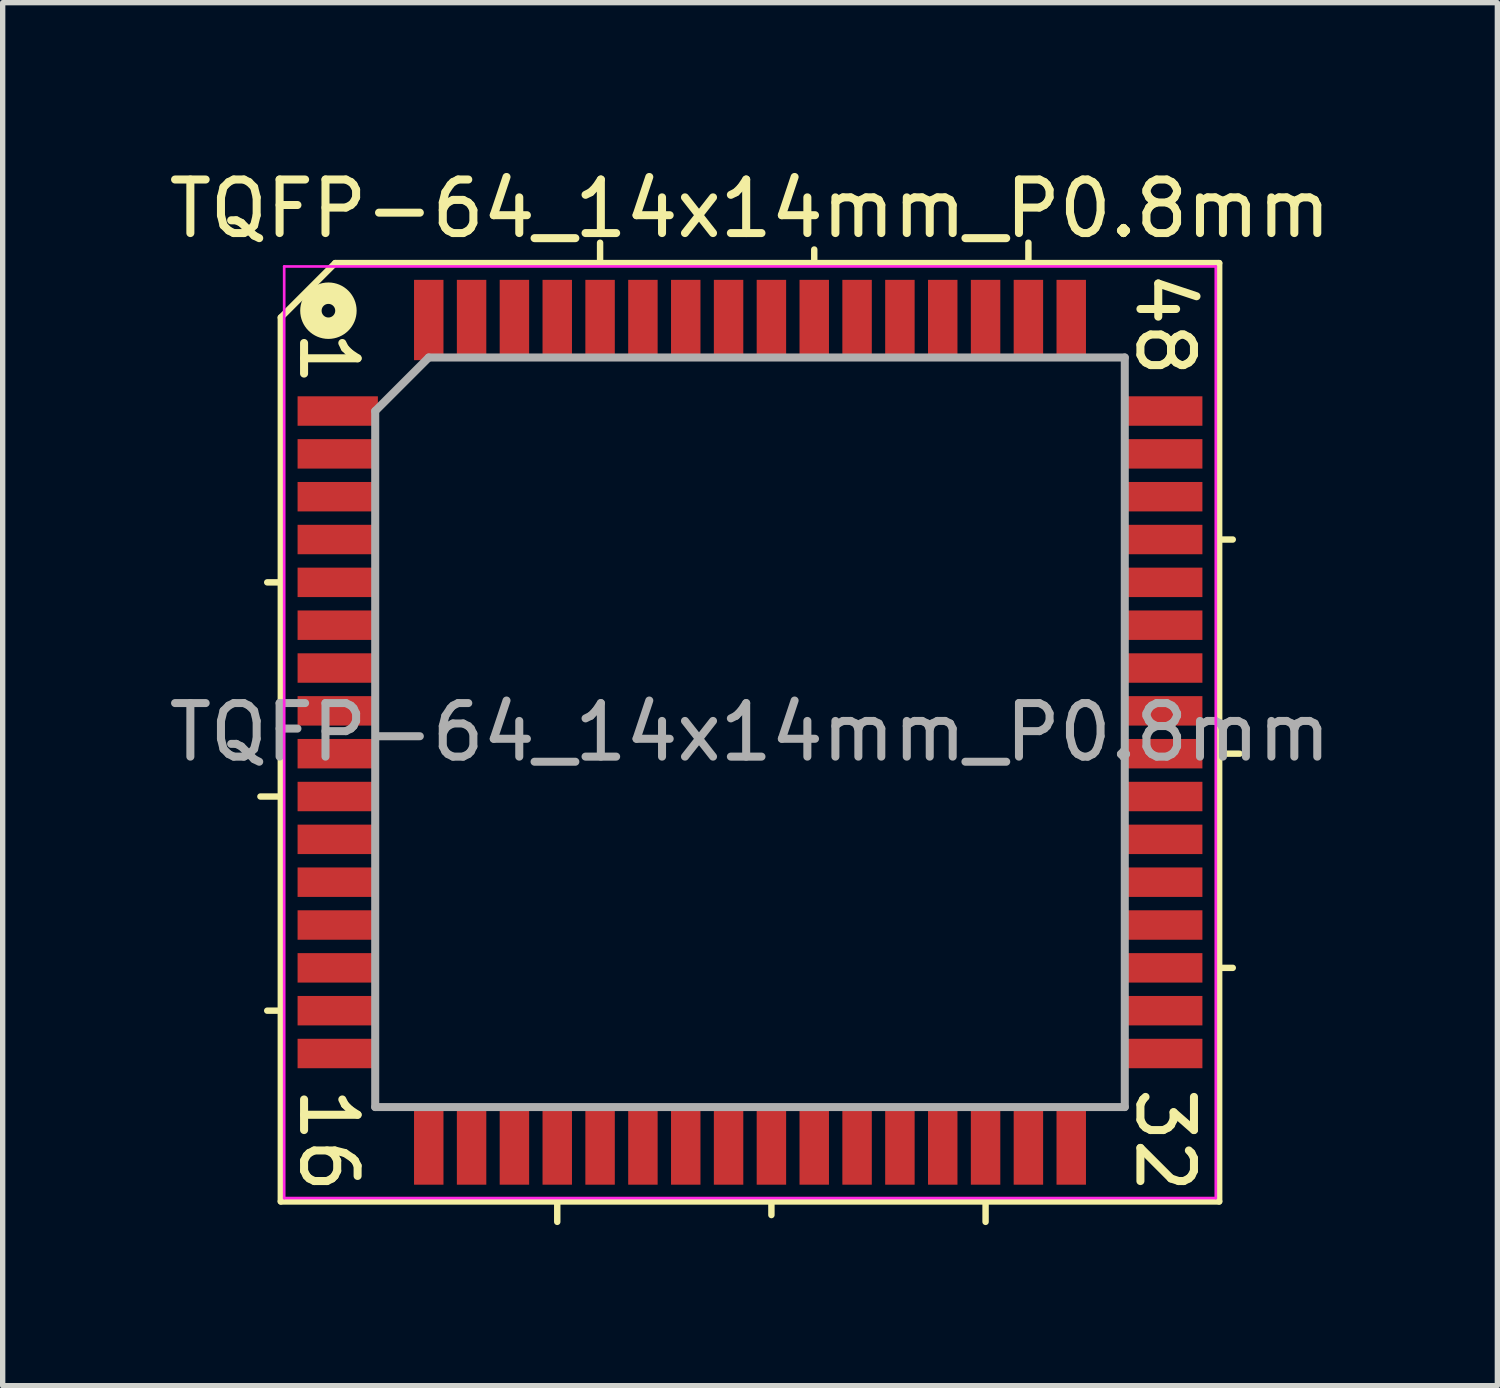
<source format=kicad_pcb>
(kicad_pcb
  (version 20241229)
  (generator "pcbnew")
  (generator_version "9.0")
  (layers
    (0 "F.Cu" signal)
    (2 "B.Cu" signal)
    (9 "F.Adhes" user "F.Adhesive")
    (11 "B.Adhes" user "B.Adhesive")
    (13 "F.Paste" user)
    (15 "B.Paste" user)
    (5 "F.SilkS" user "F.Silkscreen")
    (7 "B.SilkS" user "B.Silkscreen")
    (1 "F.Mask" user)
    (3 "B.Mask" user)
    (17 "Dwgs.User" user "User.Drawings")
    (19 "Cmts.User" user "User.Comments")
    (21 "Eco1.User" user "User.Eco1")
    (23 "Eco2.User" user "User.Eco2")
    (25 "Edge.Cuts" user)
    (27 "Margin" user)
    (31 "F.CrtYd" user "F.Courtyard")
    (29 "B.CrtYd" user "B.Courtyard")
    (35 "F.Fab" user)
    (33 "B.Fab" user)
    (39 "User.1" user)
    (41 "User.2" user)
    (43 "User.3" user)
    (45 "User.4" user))
  (footprint "TQFP-64_14x14mm_P0.8mm"
    (layer "F.Cu")
    (at 10.958 10.627)
    (property "Reference" "TQFP-64_14x14mm_P0.8mm" (at 0 -9.779 0) (layer "F.SilkS") (effects (font (size 1 1) (thickness 0.15))))
    (attr smd)
    (fp_line (start -8.763 -7.747) (end -8.763 8.763) (stroke (width 0.12) (type solid)) (layer "F.SilkS"))
    (fp_line (start -8.763 -2.8) (end -9.017 -2.8) (stroke (width 0.12) (type solid)) (layer "F.SilkS"))
    (fp_line (start -8.763 1.2) (end -9.144 1.2) (stroke (width 0.12) (type solid)) (layer "F.SilkS"))
    (fp_line (start -8.763 5.2) (end -9.017 5.2) (stroke (width 0.12) (type solid)) (layer "F.SilkS"))
    (fp_line (start -8.763 8.763) (end 8.763 8.763) (stroke (width 0.12) (type solid)) (layer "F.SilkS"))
    (fp_line (start -7.747 -8.763) (end -8.763 -7.747) (stroke (width 0.12) (type solid)) (layer "F.SilkS"))
    (fp_line (start -3.6 8.763) (end -3.6 9.144) (stroke (width 0.12) (type solid)) (layer "F.SilkS"))
    (fp_line (start -2.8 -8.763) (end -2.8 -9.144) (stroke (width 0.12) (type solid)) (layer "F.SilkS"))
    (fp_line (start 0.4 8.763) (end 0.4 9.017) (stroke (width 0.12) (type solid)) (layer "F.SilkS"))
    (fp_line (start 1.2 -8.763) (end 1.2 -9.017) (stroke (width 0.12) (type solid)) (layer "F.SilkS"))
    (fp_line (start 4.4 8.763) (end 4.4 9.144) (stroke (width 0.12) (type solid)) (layer "F.SilkS"))
    (fp_line (start 5.2 -8.763) (end 5.2 -9.144) (stroke (width 0.12) (type solid)) (layer "F.SilkS"))
    (fp_line (start 8.763 -8.763) (end -7.747 -8.763) (stroke (width 0.12) (type solid)) (layer "F.SilkS"))
    (fp_line (start 8.763 -3.6) (end 9.017 -3.6) (stroke (width 0.12) (type solid)) (layer "F.SilkS"))
    (fp_line (start 8.763 0.4) (end 9.144 0.4) (stroke (width 0.12) (type solid)) (layer "F.SilkS"))
    (fp_line (start 8.763 4.4) (end 9.017 4.4) (stroke (width 0.12) (type solid)) (layer "F.SilkS"))
    (fp_line (start 8.763 8.763) (end 8.763 -8.763) (stroke (width 0.12) (type solid)) (layer "F.SilkS"))
    (fp_circle (center -7.874 -7.874) (end -7.747 -7.874) (stroke (width 0.4) (type solid)) (fill no) (layer "F.SilkS"))
    (fp_line (start -8.7 -8.7) (end -8.7 8.7) (stroke (width 0.05) (type solid)) (layer "F.CrtYd"))
    (fp_line (start -8.7 -8.7) (end 8.7 -8.7) (stroke (width 0.05) (type solid)) (layer "F.CrtYd"))
    (fp_line (start -8.7 8.7) (end 8.7 8.7) (stroke (width 0.05) (type solid)) (layer "F.CrtYd"))
    (fp_line (start 8.7 -8.7) (end 8.7 8.7) (stroke (width 0.05) (type solid)) (layer "F.CrtYd"))
    (fp_line (start -7 -6) (end -6 -7) (stroke (width 0.15) (type solid)) (layer "F.Fab"))
    (fp_line (start -7 7) (end -7 -6) (stroke (width 0.15) (type solid)) (layer "F.Fab"))
    (fp_line (start -6 -7) (end 7 -7) (stroke (width 0.15) (type solid)) (layer "F.Fab"))
    (fp_line (start 7 -7) (end 7 7) (stroke (width 0.15) (type solid)) (layer "F.Fab"))
    (fp_line (start 7 7) (end -7 7) (stroke (width 0.15) (type solid)) (layer "F.Fab"))
    (fp_text user "32" (at 7.747 7.62 270) (unlocked yes) (layer "F.SilkS") (effects (font (size 1 1) (thickness 0.15))))
    (fp_text user "1" (at -7.874 -6.985 270) (unlocked yes) (layer "F.SilkS") (effects (font (size 1 1) (thickness 0.15))))
    (fp_text user "48" (at 7.747 -7.62 270) (unlocked yes) (layer "F.SilkS") (effects (font (size 1 1) (thickness 0.15))))
    (fp_text user "16" (at -7.874 7.62 270) (unlocked yes) (layer "F.SilkS") (effects (font (size 1 1) (thickness 0.15))))
    (fp_text user "${REFERENCE}" (at 0 0 0) (layer "F.Fab") (effects (font (size 1 1) (thickness 0.15))))
    (pad "1" smd rect (at -7.7 -6) (size 1.5 0.55) (layers "F.Cu" "F.Mask" "F.Paste"))
    (pad "2" smd rect (at -7.7 -5.2) (size 1.5 0.55) (layers "F.Cu" "F.Mask" "F.Paste"))
    (pad "3" smd rect (at -7.7 -4.4) (size 1.5 0.55) (layers "F.Cu" "F.Mask" "F.Paste"))
    (pad "4" smd rect (at -7.7 -3.6) (size 1.5 0.55) (layers "F.Cu" "F.Mask" "F.Paste"))
    (pad "5" smd rect (at -7.7 -2.8) (size 1.5 0.55) (layers "F.Cu" "F.Mask" "F.Paste"))
    (pad "6" smd rect (at -7.7 -2) (size 1.5 0.55) (layers "F.Cu" "F.Mask" "F.Paste"))
    (pad "7" smd rect (at -7.7 -1.2) (size 1.5 0.55) (layers "F.Cu" "F.Mask" "F.Paste"))
    (pad "8" smd rect (at -7.7 -0.4) (size 1.5 0.55) (layers "F.Cu" "F.Mask" "F.Paste"))
    (pad "9" smd rect (at -7.7 0.4) (size 1.5 0.55) (layers "F.Cu" "F.Mask" "F.Paste"))
    (pad "10" smd rect (at -7.7 1.2) (size 1.5 0.55) (layers "F.Cu" "F.Mask" "F.Paste"))
    (pad "11" smd rect (at -7.7 2) (size 1.5 0.55) (layers "F.Cu" "F.Mask" "F.Paste"))
    (pad "12" smd rect (at -7.7 2.8) (size 1.5 0.55) (layers "F.Cu" "F.Mask" "F.Paste"))
    (pad "13" smd rect (at -7.7 3.6) (size 1.5 0.55) (layers "F.Cu" "F.Mask" "F.Paste"))
    (pad "14" smd rect (at -7.7 4.4) (size 1.5 0.55) (layers "F.Cu" "F.Mask" "F.Paste"))
    (pad "15" smd rect (at -7.7 5.2) (size 1.5 0.55) (layers "F.Cu" "F.Mask" "F.Paste"))
    (pad "16" smd rect (at -7.7 6) (size 1.5 0.55) (layers "F.Cu" "F.Mask" "F.Paste"))
    (pad "17" smd rect (at -6 7.7 90) (size 1.5 0.55) (layers "F.Cu" "F.Mask" "F.Paste"))
    (pad "18" smd rect (at -5.2 7.7 90) (size 1.5 0.55) (layers "F.Cu" "F.Mask" "F.Paste"))
    (pad "19" smd rect (at -4.4 7.7 90) (size 1.5 0.55) (layers "F.Cu" "F.Mask" "F.Paste"))
    (pad "20" smd rect (at -3.6 7.7 90) (size 1.5 0.55) (layers "F.Cu" "F.Mask" "F.Paste"))
    (pad "21" smd rect (at -2.8 7.7 90) (size 1.5 0.55) (layers "F.Cu" "F.Mask" "F.Paste"))
    (pad "22" smd rect (at -2 7.7 90) (size 1.5 0.55) (layers "F.Cu" "F.Mask" "F.Paste"))
    (pad "23" smd rect (at -1.2 7.7 90) (size 1.5 0.55) (layers "F.Cu" "F.Mask" "F.Paste"))
    (pad "24" smd rect (at -0.4 7.7 90) (size 1.5 0.55) (layers "F.Cu" "F.Mask" "F.Paste"))
    (pad "25" smd rect (at 0.4 7.7 90) (size 1.5 0.55) (layers "F.Cu" "F.Mask" "F.Paste"))
    (pad "26" smd rect (at 1.2 7.7 90) (size 1.5 0.55) (layers "F.Cu" "F.Mask" "F.Paste"))
    (pad "27" smd rect (at 2 7.7 90) (size 1.5 0.55) (layers "F.Cu" "F.Mask" "F.Paste"))
    (pad "28" smd rect (at 2.8 7.7 90) (size 1.5 0.55) (layers "F.Cu" "F.Mask" "F.Paste"))
    (pad "29" smd rect (at 3.6 7.7 90) (size 1.5 0.55) (layers "F.Cu" "F.Mask" "F.Paste"))
    (pad "30" smd rect (at 4.4 7.7 90) (size 1.5 0.55) (layers "F.Cu" "F.Mask" "F.Paste"))
    (pad "31" smd rect (at 5.2 7.7 90) (size 1.5 0.55) (layers "F.Cu" "F.Mask" "F.Paste"))
    (pad "32" smd rect (at 6 7.7 90) (size 1.5 0.55) (layers "F.Cu" "F.Mask" "F.Paste"))
    (pad "33" smd rect (at 7.7 6) (size 1.5 0.55) (layers "F.Cu" "F.Mask" "F.Paste"))
    (pad "34" smd rect (at 7.7 5.2) (size 1.5 0.55) (layers "F.Cu" "F.Mask" "F.Paste"))
    (pad "35" smd rect (at 7.7 4.4) (size 1.5 0.55) (layers "F.Cu" "F.Mask" "F.Paste"))
    (pad "36" smd rect (at 7.7 3.6) (size 1.5 0.55) (layers "F.Cu" "F.Mask" "F.Paste"))
    (pad "37" smd rect (at 7.7 2.8) (size 1.5 0.55) (layers "F.Cu" "F.Mask" "F.Paste"))
    (pad "38" smd rect (at 7.7 2) (size 1.5 0.55) (layers "F.Cu" "F.Mask" "F.Paste"))
    (pad "39" smd rect (at 7.7 1.2) (size 1.5 0.55) (layers "F.Cu" "F.Mask" "F.Paste"))
    (pad "40" smd rect (at 7.7 0.4) (size 1.5 0.55) (layers "F.Cu" "F.Mask" "F.Paste"))
    (pad "41" smd rect (at 7.7 -0.4) (size 1.5 0.55) (layers "F.Cu" "F.Mask" "F.Paste"))
    (pad "42" smd rect (at 7.7 -1.2) (size 1.5 0.55) (layers "F.Cu" "F.Mask" "F.Paste"))
    (pad "43" smd rect (at 7.7 -2) (size 1.5 0.55) (layers "F.Cu" "F.Mask" "F.Paste"))
    (pad "44" smd rect (at 7.7 -2.8) (size 1.5 0.55) (layers "F.Cu" "F.Mask" "F.Paste"))
    (pad "45" smd rect (at 7.7 -3.6) (size 1.5 0.55) (layers "F.Cu" "F.Mask" "F.Paste"))
    (pad "46" smd rect (at 7.7 -4.4) (size 1.5 0.55) (layers "F.Cu" "F.Mask" "F.Paste"))
    (pad "47" smd rect (at 7.7 -5.2) (size 1.5 0.55) (layers "F.Cu" "F.Mask" "F.Paste"))
    (pad "48" smd rect (at 7.7 -6) (size 1.5 0.55) (layers "F.Cu" "F.Mask" "F.Paste"))
    (pad "49" smd rect (at 6 -7.7 90) (size 1.5 0.55) (layers "F.Cu" "F.Mask" "F.Paste"))
    (pad "50" smd rect (at 5.2 -7.7 90) (size 1.5 0.55) (layers "F.Cu" "F.Mask" "F.Paste"))
    (pad "51" smd rect (at 4.4 -7.7 90) (size 1.5 0.55) (layers "F.Cu" "F.Mask" "F.Paste"))
    (pad "52" smd rect (at 3.6 -7.7 90) (size 1.5 0.55) (layers "F.Cu" "F.Mask" "F.Paste"))
    (pad "53" smd rect (at 2.8 -7.7 90) (size 1.5 0.55) (layers "F.Cu" "F.Mask" "F.Paste"))
    (pad "54" smd rect (at 2 -7.7 90) (size 1.5 0.55) (layers "F.Cu" "F.Mask" "F.Paste"))
    (pad "55" smd rect (at 1.2 -7.7 90) (size 1.5 0.55) (layers "F.Cu" "F.Mask" "F.Paste"))
    (pad "56" smd rect (at 0.4 -7.7 90) (size 1.5 0.55) (layers "F.Cu" "F.Mask" "F.Paste"))
    (pad "57" smd rect (at -0.4 -7.7 90) (size 1.5 0.55) (layers "F.Cu" "F.Mask" "F.Paste"))
    (pad "58" smd rect (at -1.2 -7.7 90) (size 1.5 0.55) (layers "F.Cu" "F.Mask" "F.Paste"))
    (pad "59" smd rect (at -2 -7.7 90) (size 1.5 0.55) (layers "F.Cu" "F.Mask" "F.Paste"))
    (pad "60" smd rect (at -2.8 -7.7 90) (size 1.5 0.55) (layers "F.Cu" "F.Mask" "F.Paste"))
    (pad "61" smd rect (at -3.6 -7.7 90) (size 1.5 0.55) (layers "F.Cu" "F.Mask" "F.Paste"))
    (pad "62" smd rect (at -4.4 -7.7 90) (size 1.5 0.55) (layers "F.Cu" "F.Mask" "F.Paste"))
    (pad "63" smd rect (at -5.2 -7.7 90) (size 1.5 0.55) (layers "F.Cu" "F.Mask" "F.Paste"))
    (pad "64" smd rect (at -6 -7.7 90) (size 1.5 0.55) (layers "F.Cu" "F.Mask" "F.Paste")))
  (gr_rect
    (start -3 -3)
    (end 24.917 22.831)
    (stroke (width 0.1) (type default))
    (fill no)
    (layer "Edge.Cuts")))
</source>
